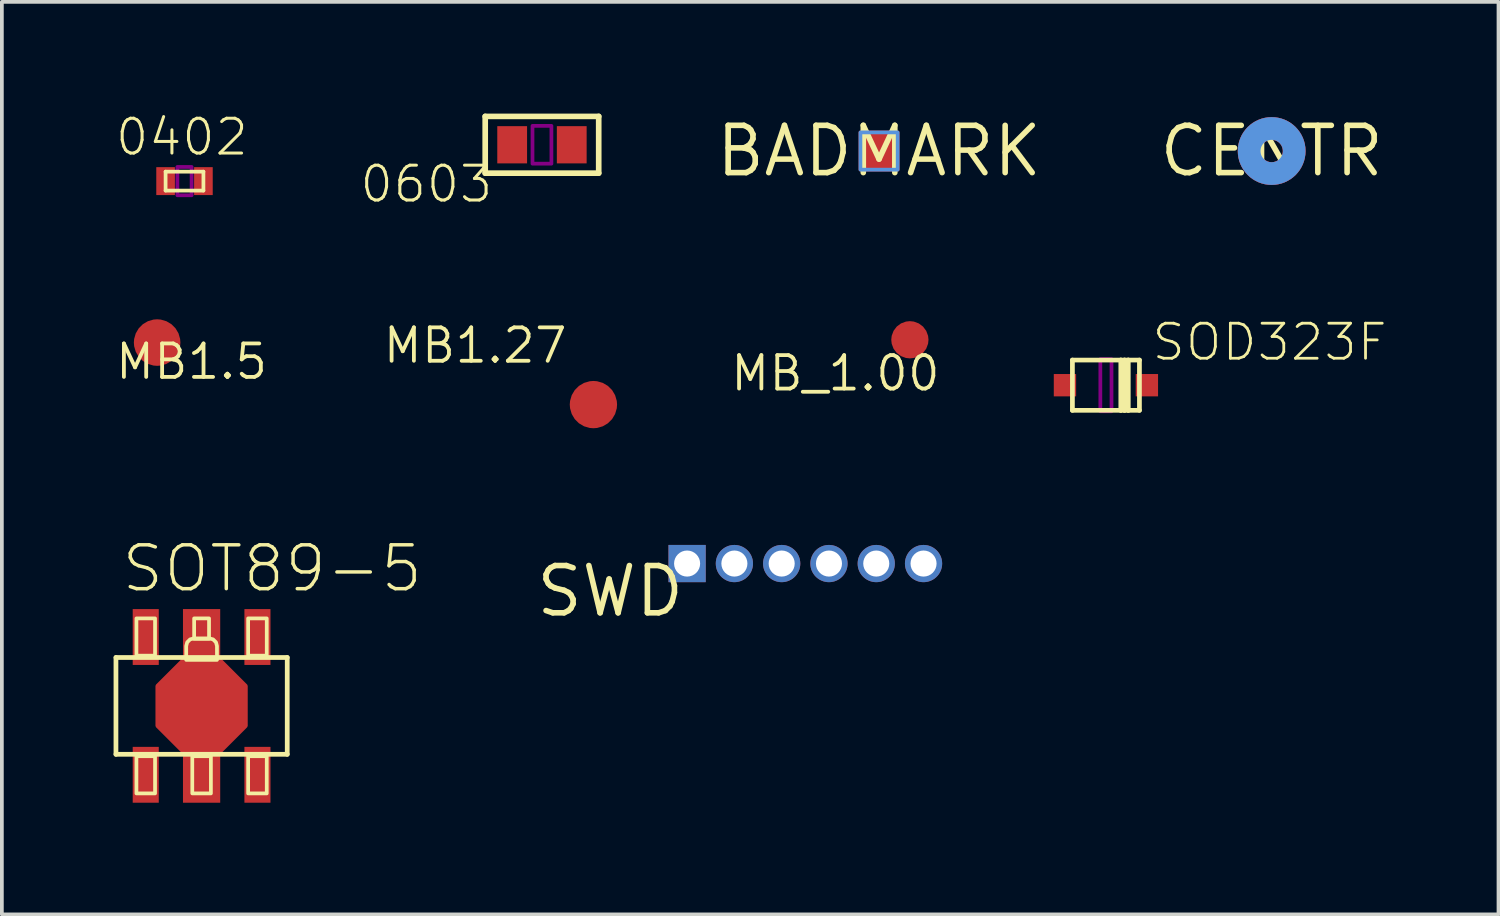
<source format=kicad_pcb>
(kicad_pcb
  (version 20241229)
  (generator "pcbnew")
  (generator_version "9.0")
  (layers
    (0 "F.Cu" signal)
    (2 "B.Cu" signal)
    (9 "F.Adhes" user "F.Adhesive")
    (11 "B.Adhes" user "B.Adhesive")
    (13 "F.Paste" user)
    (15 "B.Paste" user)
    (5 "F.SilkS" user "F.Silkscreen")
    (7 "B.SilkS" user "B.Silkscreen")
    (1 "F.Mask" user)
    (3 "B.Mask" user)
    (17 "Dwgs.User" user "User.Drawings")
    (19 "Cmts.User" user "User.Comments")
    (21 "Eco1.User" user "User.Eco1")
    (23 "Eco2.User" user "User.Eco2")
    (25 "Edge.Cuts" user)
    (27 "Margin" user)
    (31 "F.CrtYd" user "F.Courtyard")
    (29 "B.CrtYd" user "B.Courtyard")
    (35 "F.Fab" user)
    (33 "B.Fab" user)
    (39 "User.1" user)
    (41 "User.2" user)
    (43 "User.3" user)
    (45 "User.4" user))
  (footprint "SOD323F"
    (layer "F.Cu")
    (at 26.651 7.295)
    (property "Reference" "SOD323F" (at 1.187 -0.605 0) (layer "F.SilkS") (effects (font (size 0.941 0.941) (thickness 0.075)) (justify left bottom)))
    (attr smd)
    (fp_line (start -0.9 -0.675) (end -0.9 0.675) (stroke (width 0.127) (type solid)) (layer "F.SilkS"))
    (fp_line (start -0.9 0.675) (end 0.4 0.675) (stroke (width 0.127) (type solid)) (layer "F.SilkS"))
    (fp_line (start 0.4 -0.675) (end -0.9 -0.675) (stroke (width 0.127) (type solid)) (layer "F.SilkS"))
    (fp_line (start 0.4 0.675) (end 0.4 -0.675) (stroke (width 0.127) (type solid)) (layer "F.SilkS"))
    (fp_line (start 0.4 0.675) (end 0.5 0.675) (stroke (width 0.127) (type solid)) (layer "F.SilkS"))
    (fp_line (start 0.5 -0.675) (end 0.4 -0.675) (stroke (width 0.127) (type solid)) (layer "F.SilkS"))
    (fp_line (start 0.5 0.675) (end 0.5 -0.675) (stroke (width 0.127) (type solid)) (layer "F.SilkS"))
    (fp_line (start 0.5 0.675) (end 0.6 0.675) (stroke (width 0.127) (type solid)) (layer "F.SilkS"))
    (fp_line (start 0.6 -0.675) (end 0.5 -0.675) (stroke (width 0.127) (type solid)) (layer "F.SilkS"))
    (fp_line (start 0.6 0.675) (end 0.6 -0.675) (stroke (width 0.127) (type solid)) (layer "F.SilkS"))
    (fp_line (start 0.6 0.675) (end 0.9 0.675) (stroke (width 0.127) (type solid)) (layer "F.SilkS"))
    (fp_line (start 0.9 -0.675) (end 0.6 -0.675) (stroke (width 0.127) (type solid)) (layer "F.SilkS"))
    (fp_line (start 0.9 0.675) (end 0.9 -0.675) (stroke (width 0.127) (type solid)) (layer "F.SilkS"))
    (fp_poly (pts (xy -0.15 0.7) (xy 0.15 0.7) (xy 0.15 -0.7) (xy -0.15 -0.7)) (stroke (width 0.1) (type solid)) (fill no) (layer "F.Adhes"))
    (pad "A" smd rect (at -1.1 0) (size 0.6 0.6) (layers "F.Cu" "F.Mask" "F.Paste"))
    (pad "K" smd rect (at 1.1 0) (size 0.6 0.6) (layers "F.Cu" "F.Mask" "F.Paste")))
  (footprint "SWD"
    (layer "F.Cu")
    (at 15.403 12.085)
    (property "Reference" "SWD" (at 0 0 0) (layer "F.SilkS") (effects (font (size 1.27 1.27) (thickness 0.15)) (justify right top)))
    (attr through_hole)
    (fp_circle (center 1.27 0) (end 1.524 0) (stroke (width 0.639) (type solid)) (fill no) (layer "F.Mask"))
    (fp_circle (center 2.54 0) (end 2.794 0) (stroke (width 0.639) (type solid)) (fill no) (layer "F.Mask"))
    (fp_circle (center 3.81 0) (end 4.064 0) (stroke (width 0.639) (type solid)) (fill no) (layer "F.Mask"))
    (fp_circle (center 5.08 0) (end 5.334 0) (stroke (width 0.639) (type solid)) (fill no) (layer "F.Mask"))
    (fp_circle (center 6.35 0) (end 6.604 0) (stroke (width 0.639) (type solid)) (fill no) (layer "F.Mask"))
    (fp_poly (pts (xy -0.584 0.584) (xy 0.584 0.584) (xy 0.584 -0.584) (xy -0.584 -0.584)) (stroke (width 0.1) (type solid)) (fill no) (layer "F.Mask"))
    (pad "GND" thru_hole circle (at 1.27 0) (size 1 1) (drill 0.7) (layers "*.Cu" "F.Mask"))
    (pad "RST" thru_hole rect (at 0 0) (size 1 1) (drill 0.7) (layers "*.Cu" "*.Mask"))
    (pad "SWCLK" thru_hole circle (at 3.81 0) (size 1 1) (drill 0.7) (layers "*.Cu" "*.Mask"))
    (pad "SWDIO" thru_hole circle (at 5.08 0) (size 1 1) (drill 0.7) (layers "*.Cu" "*.Mask"))
    (pad "SWO" thru_hole circle (at 2.54 0) (size 1 1) (drill 0.7) (layers "*.Cu" "*.Mask"))
    (pad "VCC" thru_hole circle (at 6.35 0) (size 1 1) (drill 0.7) (layers "*.Cu" "*.Mask")))
  (footprint "SOT89-5"
    (layer "F.Cu")
    (at 2.364 15.908)
    (property "Reference" "SOT89-5" (at -2.2 -3 180) (layer "F.SilkS") (effects (font (size 1.177 1.177) (thickness 0.093)) (justify left bottom)))
    (attr smd)
    (fp_poly (pts (xy 1.264 -0.576) (xy 1.264 0.576) (xy 0.576 1.264) (xy -0.576 1.264) (xy -1.264 0.576) (xy -1.264 -0.576) (xy -0.576 -1.264) (xy 0.576 -1.264)) (stroke (width 0.1) (type solid)) (fill yes) (layer "F.Mask"))
    (fp_line (start -2.3 -1.3) (end -2.3 1.3) (stroke (width 0.127) (type solid)) (layer "F.SilkS"))
    (fp_line (start -2.3 1.3) (end 2.3 1.3) (stroke (width 0.127) (type solid)) (layer "F.SilkS"))
    (fp_line (start 2.3 -1.3) (end -2.3 -1.3) (stroke (width 0.127) (type solid)) (layer "F.SilkS"))
    (fp_line (start 2.3 1.3) (end 2.3 -1.3) (stroke (width 0.127) (type solid)) (layer "F.SilkS"))
    (fp_poly (pts (xy -1.75 -1.35) (xy -1.25 -1.35) (xy -1.25 -2.35) (xy -1.75 -2.35)) (stroke (width 0.1) (type solid)) (fill no) (layer "F.SilkS"))
    (fp_poly (pts (xy -1.75 2.35) (xy -1.25 2.35) (xy -1.25 1.35) (xy -1.75 1.35)) (stroke (width 0.1) (type solid)) (fill no) (layer "F.SilkS"))
    (fp_poly (pts (xy -0.25 2.35) (xy 0.25 2.35) (xy 0.25 1.35) (xy -0.25 1.35)) (stroke (width 0.1) (type solid)) (fill no) (layer "F.SilkS"))
    (fp_poly (pts (xy -0.2 -1.8) (xy 0.2 -1.8) (xy 0.2 -2.35) (xy -0.2 -2.35)) (stroke (width 0.1) (type solid)) (fill no) (layer "F.SilkS"))
    (fp_poly (pts (xy 1.25 -1.35) (xy 1.75 -1.35) (xy 1.75 -2.35) (xy 1.25 -2.35)) (stroke (width 0.1) (type solid)) (fill no) (layer "F.SilkS"))
    (fp_poly (pts (xy 1.25 2.35) (xy 1.75 2.35) (xy 1.75 1.35) (xy 1.25 1.35)) (stroke (width 0.1) (type solid)) (fill no) (layer "F.SilkS"))
    (fp_poly (pts (xy 0.308 -1.787) (xy 0.387 -1.708) (xy 0.413 -1.608) (xy 0.413 -1.236) (xy -0.413 -1.236) (xy -0.413 -1.608) (xy -0.387 -1.708) (xy -0.308 -1.787) (xy -0.208 -1.813) (xy 0.208 -1.813)) (stroke (width 0.1) (type solid)) (fill no) (layer "F.SilkS"))
    (pad "1" smd rect (at -1.5 1.85 90) (size 1.5 0.7) (layers "F.Cu" "F.Mask" "F.Paste"))
    (pad "2" smd custom (at 0 0 90) (size 5.2 1) (layers "F.Cu" "F.Mask" "F.Paste") (options (anchor rect)) (primitives (gr_poly (pts (xy 0.537 1.189) (xy -0.537 1.189) (xy -1.239 0.487) (xy -1.239 -0.487) (xy -0.537 -1.189) (xy 0.537 -1.189) (xy 1.239 -0.487) (xy 1.239 0.487)) (width 0.1) (fill yes))))
    (pad "3" smd rect (at 1.5 1.85 90) (size 1.5 0.7) (layers "F.Cu" "F.Mask" "F.Paste"))
    (pad "4" smd rect (at 1.5 -1.85 90) (size 1.5 0.7) (layers "F.Cu" "F.Mask" "F.Paste"))
    (pad "5" smd rect (at -1.5 -1.85 90) (size 1.5 0.7) (layers "F.Cu" "F.Mask" "F.Paste")))
  (footprint "BADMARK"
    (layer "F.Cu")
    (at 20.558 1.006)
    (property "Reference" "BADMARK" (at 0 0 0) (layer "F.SilkS") (effects (font (size 1.27 1.27) (thickness 0.15))))
    (fp_poly (pts (xy -0.5 0.5) (xy 0.5 0.5) (xy 0.5 -0.5) (xy -0.5 -0.5)) (stroke (width 0.1) (type solid)) (fill yes) (layer "F.Cu"))
    (fp_poly (pts (xy -0.7 0.7) (xy 0.7 0.7) (xy 0.7 -0.7) (xy -0.7 -0.7)) (stroke (width 0.1) (type solid)) (fill yes) (layer "F.Mask"))
    (fp_poly (pts (xy -0.5 0.5) (xy 0.5 0.5) (xy 0.5 -0.5) (xy -0.5 -0.5)) (stroke (width 0.1) (type solid)) (fill no) (layer "Cmts.User")))
  (footprint "CENTR"
    (layer "F.Cu")
    (at 31.102 1.006)
    (property "Reference" "CENTR" (at 0 0 0) (layer "F.SilkS") (effects (font (size 1.27 1.27) (thickness 0.15))))
    (fp_circle (center 0 0) (end 0.3 0) (stroke (width 0.61) (type solid)) (fill no) (layer "F.Cu"))
    (fp_circle (center 0 0) (end 0.3 0) (stroke (width 0.61) (type solid)) (fill no) (layer "F.Cu"))
    (fp_circle (center 0 0) (end 0.4 0) (stroke (width 0.8) (type solid)) (fill no) (layer "F.Mask"))
    (fp_circle (center 0 0) (end 0.3 0) (stroke (width 0.61) (type solid)) (fill no) (layer "Cmts.User")))
  (footprint "0603"
    (layer "F.Cu")
    (at 11.505 0.838)
    (property "Reference" "0603" (at -1.27 0.508 0) (layer "F.SilkS") (effects (font (size 0.935 0.935) (thickness 0.081)) (justify right top)))
    (attr smd)
    (fp_line (start -1.524 0.762) (end -1.524 -0.762) (stroke (width 0.152) (type solid)) (layer "F.SilkS"))
    (fp_line (start -1.524 0.762) (end 1.524 0.762) (stroke (width 0.152) (type solid)) (layer "F.SilkS"))
    (fp_line (start 1.524 -0.762) (end -1.524 -0.762) (stroke (width 0.152) (type solid)) (layer "F.SilkS"))
    (fp_line (start 1.524 -0.762) (end 1.524 0.762) (stroke (width 0.152) (type solid)) (layer "F.SilkS"))
    (fp_poly (pts (xy -0.254 0.508) (xy 0.254 0.508) (xy 0.254 -0.508) (xy -0.254 -0.508)) (stroke (width 0.1) (type solid)) (fill no) (layer "F.Adhes"))
    (pad "1" smd rect (at -0.8 0) (size 0.8 1) (layers "F.Cu" "F.Mask" "F.Paste"))
    (pad "2" smd rect (at 0.8 0) (size 0.8 1) (layers "F.Cu" "F.Mask" "F.Paste")))
  (footprint "MB1.5"
    (layer "F.Cu")
    (at 1.17 6.15)
    (property "Reference" "MB1.5" (at 0.925 0.512 0) (layer "F.SilkS") (effects (font (size 0.898 0.898) (thickness 0.102))))
    (pad "1" smd roundrect (at 0 0) (size 1.25 1.25) (layers "F.Cu" "F.Mask") (roundrect_rratio 0.5)))
  (footprint "0402"
    (layer "F.Cu")
    (at 1.905 1.814)
    (property "Reference" "0402" (at -1.905 -0.635 0) (layer "F.SilkS") (effects (font (size 0.935 0.935) (thickness 0.081)) (justify left bottom)))
    (attr smd)
    (fp_poly (pts (xy -0.859 0.477) (xy 0.86 0.477) (xy 0.86 -0.477) (xy -0.859 -0.477)) (stroke (width 0.1) (type solid)) (fill yes) (layer "F.Mask"))
    (fp_line (start -0.508 0.254) (end -0.508 -0.254) (stroke (width 0.1) (type solid)) (layer "F.SilkS"))
    (fp_line (start -0.508 0.254) (end 0.508 0.254) (stroke (width 0.1) (type solid)) (layer "F.SilkS"))
    (fp_line (start 0.508 -0.254) (end -0.508 -0.254) (stroke (width 0.1) (type solid)) (layer "F.SilkS"))
    (fp_line (start 0.508 -0.254) (end 0.508 0.254) (stroke (width 0.1) (type solid)) (layer "F.SilkS"))
    (fp_poly (pts (xy -0.191 0.381) (xy 0.191 0.381) (xy 0.191 -0.381) (xy -0.191 -0.381)) (stroke (width 0.1) (type solid)) (fill no) (layer "F.Adhes"))
    (pad "P$1" smd rect (at -0.508 0) (size 0.5 0.75) (layers "F.Cu" "F.Mask" "F.Paste"))
    (pad "P$2" smd rect (at 0.508 0) (size 0.5 0.75) (layers "F.Cu" "F.Mask" "F.Paste"))
    (zone (net_name "") (layer "F.Cu") (hatch edge 0.508) (connect_pads) (min_thickness 0.254) (filled_areas_thickness no) (keepout (tracks allowed) (vias not_allowed) (pads allowed) (copperpour not_allowed) (footprints allowed)) (placement (enabled no)) (fill) (polygon (pts (xy 1.668 2.197) (xy 2.168 2.197) (xy 2.168 1.437) (xy 1.668 1.437)))))
  (footprint "MB_1.00"
    (layer "F.Cu")
    (at 21.386 6.075)
    (property "Reference" "MB_1.00" (at -2 0.9 0) (layer "F.SilkS") (effects (font (size 0.898 0.898) (thickness 0.102))))
    (fp_circle (center 0 0) (end 0.25 0) (stroke (width 0.6) (type solid)) (fill no) (layer "F.Mask"))
    (pad "1" smd roundrect (at 0 0) (size 1 1) (layers "F.Cu") (roundrect_rratio 0.5)))
  (footprint "MB1.27"
    (layer "F.Cu")
    (at 12.887 7.816)
    (property "Reference" "MB1.27" (at -3.175 -1.587 0) (layer "F.SilkS") (effects (font (size 0.898 0.898) (thickness 0.102))))
    (pad "1" smd roundrect (at 0 0) (size 1.27 1.27) (layers "F.Cu" "F.Mask") (roundrect_rratio 0.5)))
  (gr_rect
    (start -3 -3)
    (end 37.194 21.508)
    (stroke (width 0.1) (type default))
    (fill no)
    (layer "Edge.Cuts")))
</source>
